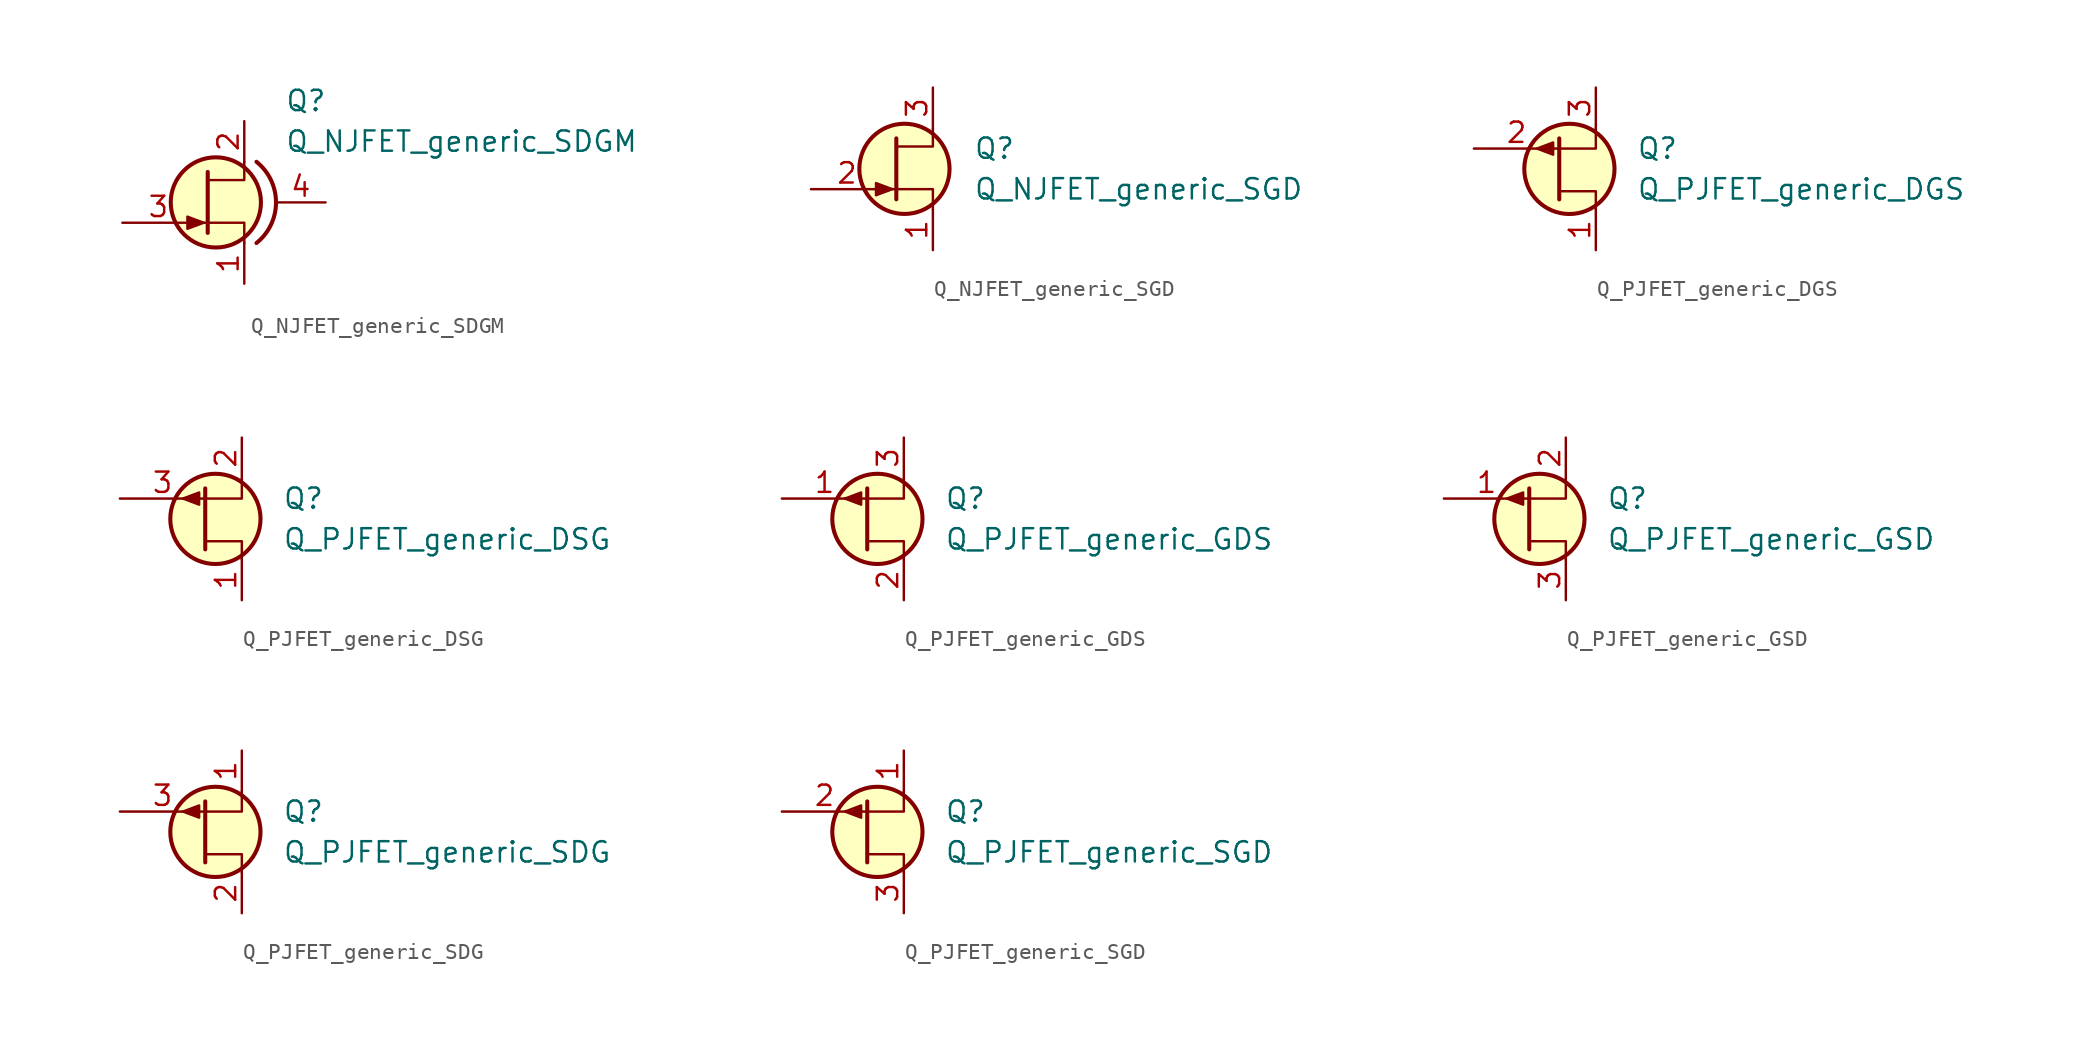
<source format=kicad_sym>
(kicad_symbol_lib
  (version 20231120)
  (generator "kicad_symbol_editor")
  (generator_version "8.0")
  (symbol "Q_NJFET_generic_SDGM"
    (pin_names hide)
    (property "Reference" "Q"
      (at 5.08 6.35 0)
      (effects (font (size 1.27 1.27)) (justify left)))
    (property "Value" "Q_NJFET_generic_SDGM"
      (at 5.08 3.81 0)
      (effects (font (size 1.27 1.27)) (justify left)))
    (symbol "Q_NJFET_generic_SDGM_0_1"
      (polyline (pts (xy 0 -1.27) (xy 0.254 -1.27)) (stroke (width 0) (type default)) (fill (type none)))
      (polyline (pts (xy 0.254 1.905) (xy 0.254 -1.905) (xy 0.254 -1.905)) (stroke (width 0.254) (type default)) (fill (type none)))
      (polyline (pts (xy 2.54 -2.54) (xy 2.54 -1.27) (xy 0.254 -1.27)) (stroke (width 0) (type default)) (fill (type none)))
      (polyline (pts (xy 2.54 2.54) (xy 2.54 1.397) (xy 0.254 1.397)) (stroke (width 0) (type default)) (fill (type none)))
      (polyline (pts (xy 0 -1.27) (xy -1.016 -0.889) (xy -1.016 -1.651) (xy 0 -1.27)) (stroke (width 0) (type default)) (fill (type outline)))
      (circle (center 0.762 0) (radius 2.819) (stroke (width 0.254) (type default)) (fill (type background)))
      (arc (start 3.302 -2.54) (mid 4.5228 0) (end 3.302 2.54) (stroke (width 0.254) (type default)) (fill (type none))))
    (symbol "Q_NJFET_generic_SDGM_1_1"
      (pin passive line (at 2.54 -5.08 90) (length 2.54) (name "S" (effects (font (size 1.27 1.27)))) (number "1" (effects (font (size 1.27 1.27)))))
      (pin passive line (at 2.54 5.08 270) (length 2.54) (name "D" (effects (font (size 1.27 1.27)))) (number "2" (effects (font (size 1.27 1.27)))))
      (pin input line (at -5.08 -1.27 0) (length 4.496) (name "G" (effects (font (size 1.27 1.27)))) (number "3" (effects (font (size 1.27 1.27)))))
      (pin passive line (at 7.62 0 180) (length 3.099) (name "M" (effects (font (size 1.27 1.27)))) (number "4" (effects (font (size 1.27 1.27)))))))
  (symbol "Q_NJFET_generic_SGD"
    (pin_names hide)
    (property "Reference" "Q"
      (at 5.08 1.27 0)
      (effects (font (size 1.27 1.27)) (justify left)))
    (property "Value" "Q_NJFET_generic_SGD"
      (at 5.08 -1.27 0)
      (effects (font (size 1.27 1.27)) (justify left)))
    (symbol "Q_NJFET_generic_SGD_0_1"
      (polyline (pts (xy 0 -1.27) (xy 0.254 -1.27)) (stroke (width 0) (type default)) (fill (type none)))
      (polyline (pts (xy 0.254 1.905) (xy 0.254 -1.905) (xy 0.254 -1.905)) (stroke (width 0.254) (type default)) (fill (type none)))
      (polyline (pts (xy 2.54 -2.54) (xy 2.54 -1.27) (xy 0.254 -1.27)) (stroke (width 0) (type default)) (fill (type none)))
      (polyline (pts (xy 2.54 2.54) (xy 2.54 1.397) (xy 0.254 1.397)) (stroke (width 0) (type default)) (fill (type none)))
      (polyline (pts (xy 0 -1.27) (xy -1.016 -0.889) (xy -1.016 -1.651) (xy 0 -1.27)) (stroke (width 0) (type default)) (fill (type outline)))
      (circle (center 0.762 0) (radius 2.819) (stroke (width 0.254) (type default)) (fill (type background))))
    (symbol "Q_NJFET_generic_SGD_1_1"
      (pin passive line (at 2.54 -5.08 90) (length 2.54) (name "S" (effects (font (size 1.27 1.27)))) (number "1" (effects (font (size 1.27 1.27)))))
      (pin input line (at -5.08 -1.27 0) (length 4.496) (name "G" (effects (font (size 1.27 1.27)))) (number "2" (effects (font (size 1.27 1.27)))))
      (pin passive line (at 2.54 5.08 270) (length 2.54) (name "D" (effects (font (size 1.27 1.27)))) (number "3" (effects (font (size 1.27 1.27)))))))
  (symbol "Q_PJFET_generic_DGS"
    (pin_names hide)
    (property "Reference" "Q"
      (at 3.81 1.27 0)
      (effects (font (size 1.27 1.27)) (justify left)))
    (property "Value" "Q_PJFET_generic_DGS"
      (at 3.81 -1.27 0)
      (effects (font (size 1.27 1.27)) (justify left)))
    (symbol "Q_PJFET_generic_DGS_0_1"
      (circle (center -0.381 0) (radius 2.819) (stroke (width 0.254) (type default)) (fill (type background)))
      (polyline (pts (xy -1.016 -1.905) (xy -1.016 1.905) (xy -1.016 1.905)) (stroke (width 0.254) (type default)) (fill (type none)))
      (polyline (pts (xy 1.27 -2.54) (xy 1.27 -1.397) (xy -1.016 -1.397)) (stroke (width 0) (type default)) (fill (type none)))
      (polyline (pts (xy 1.27 2.54) (xy 1.27 1.27) (xy -1.016 1.27)) (stroke (width 0) (type default)) (fill (type none)))
      (polyline (pts (xy -2.413 1.27) (xy -1.397 0.889) (xy -1.397 1.651) (xy -2.413 1.27)) (stroke (width 0) (type default)) (fill (type outline))))
    (symbol "Q_PJFET_generic_DGS_1_1"
      (pin passive line (at 1.27 -5.08 90) (length 2.54) (name "D" (effects (font (size 1.27 1.27)))) (number "1" (effects (font (size 1.27 1.27)))))
      (pin input line (at -6.35 1.27 0) (length 5.334) (name "G" (effects (font (size 1.27 1.27)))) (number "2" (effects (font (size 1.27 1.27)))))
      (pin passive line (at 1.27 5.08 270) (length 2.54) (name "S" (effects (font (size 1.27 1.27)))) (number "3" (effects (font (size 1.27 1.27)))))))
  (symbol "Q_PJFET_generic_DSG"
    (pin_names hide)
    (property "Reference" "Q"
      (at 3.81 1.27 0)
      (effects (font (size 1.27 1.27)) (justify left)))
    (property "Value" "Q_PJFET_generic_DSG"
      (at 3.81 -1.27 0)
      (effects (font (size 1.27 1.27)) (justify left)))
    (symbol "Q_PJFET_generic_DSG_0_1"
      (circle (center -0.381 0) (radius 2.819) (stroke (width 0.254) (type default)) (fill (type background)))
      (polyline (pts (xy -1.016 -1.905) (xy -1.016 1.905) (xy -1.016 1.905)) (stroke (width 0.254) (type default)) (fill (type none)))
      (polyline (pts (xy 1.27 -2.54) (xy 1.27 -1.397) (xy -1.016 -1.397)) (stroke (width 0) (type default)) (fill (type none)))
      (polyline (pts (xy 1.27 2.54) (xy 1.27 1.27) (xy -1.016 1.27)) (stroke (width 0) (type default)) (fill (type none)))
      (polyline (pts (xy -2.413 1.27) (xy -1.397 0.889) (xy -1.397 1.651) (xy -2.413 1.27)) (stroke (width 0) (type default)) (fill (type outline))))
    (symbol "Q_PJFET_generic_DSG_1_1"
      (pin passive line (at 1.27 -5.08 90) (length 2.54) (name "D" (effects (font (size 1.27 1.27)))) (number "1" (effects (font (size 1.27 1.27)))))
      (pin passive line (at 1.27 5.08 270) (length 2.54) (name "S" (effects (font (size 1.27 1.27)))) (number "2" (effects (font (size 1.27 1.27)))))
      (pin input line (at -6.35 1.27 0) (length 5.334) (name "G" (effects (font (size 1.27 1.27)))) (number "3" (effects (font (size 1.27 1.27)))))))
  (symbol "Q_PJFET_generic_GDS"
    (pin_names hide)
    (property "Reference" "Q"
      (at 3.81 1.27 0)
      (effects (font (size 1.27 1.27)) (justify left)))
    (property "Value" "Q_PJFET_generic_GDS"
      (at 3.81 -1.27 0)
      (effects (font (size 1.27 1.27)) (justify left)))
    (symbol "Q_PJFET_generic_GDS_0_1"
      (circle (center -0.381 0) (radius 2.819) (stroke (width 0.254) (type default)) (fill (type background)))
      (polyline (pts (xy -1.016 -1.905) (xy -1.016 1.905) (xy -1.016 1.905)) (stroke (width 0.254) (type default)) (fill (type none)))
      (polyline (pts (xy 1.27 -2.54) (xy 1.27 -1.397) (xy -1.016 -1.397)) (stroke (width 0) (type default)) (fill (type none)))
      (polyline (pts (xy 1.27 2.54) (xy 1.27 1.27) (xy -1.016 1.27)) (stroke (width 0) (type default)) (fill (type none)))
      (polyline (pts (xy -2.413 1.27) (xy -1.397 0.889) (xy -1.397 1.651) (xy -2.413 1.27)) (stroke (width 0) (type default)) (fill (type outline))))
    (symbol "Q_PJFET_generic_GDS_1_1"
      (pin input line (at -6.35 1.27 0) (length 5.334) (name "G" (effects (font (size 1.27 1.27)))) (number "1" (effects (font (size 1.27 1.27)))))
      (pin passive line (at 1.27 -5.08 90) (length 2.54) (name "D" (effects (font (size 1.27 1.27)))) (number "2" (effects (font (size 1.27 1.27)))))
      (pin passive line (at 1.27 5.08 270) (length 2.54) (name "S" (effects (font (size 1.27 1.27)))) (number "3" (effects (font (size 1.27 1.27)))))))
  (symbol "Q_PJFET_generic_GSD"
    (pin_names hide)
    (property "Reference" "Q"
      (at 3.81 1.27 0)
      (effects (font (size 1.27 1.27)) (justify left)))
    (property "Value" "Q_PJFET_generic_GSD"
      (at 3.81 -1.27 0)
      (effects (font (size 1.27 1.27)) (justify left)))
    (symbol "Q_PJFET_generic_GSD_0_1"
      (circle (center -0.381 0) (radius 2.819) (stroke (width 0.254) (type default)) (fill (type background)))
      (polyline (pts (xy -1.016 -1.905) (xy -1.016 1.905) (xy -1.016 1.905)) (stroke (width 0.254) (type default)) (fill (type none)))
      (polyline (pts (xy 1.27 -2.54) (xy 1.27 -1.397) (xy -1.016 -1.397)) (stroke (width 0) (type default)) (fill (type none)))
      (polyline (pts (xy 1.27 2.54) (xy 1.27 1.27) (xy -1.016 1.27)) (stroke (width 0) (type default)) (fill (type none)))
      (polyline (pts (xy -2.413 1.27) (xy -1.397 0.889) (xy -1.397 1.651) (xy -2.413 1.27)) (stroke (width 0) (type default)) (fill (type outline))))
    (symbol "Q_PJFET_generic_GSD_1_1"
      (pin input line (at -6.35 1.27 0) (length 5.334) (name "G" (effects (font (size 1.27 1.27)))) (number "1" (effects (font (size 1.27 1.27)))))
      (pin passive line (at 1.27 5.08 270) (length 2.54) (name "S" (effects (font (size 1.27 1.27)))) (number "2" (effects (font (size 1.27 1.27)))))
      (pin passive line (at 1.27 -5.08 90) (length 2.54) (name "D" (effects (font (size 1.27 1.27)))) (number "3" (effects (font (size 1.27 1.27)))))))
  (symbol "Q_PJFET_generic_SDG"
    (pin_names hide)
    (property "Reference" "Q"
      (at 3.81 1.27 0)
      (effects (font (size 1.27 1.27)) (justify left)))
    (property "Value" "Q_PJFET_generic_SDG"
      (at 3.81 -1.27 0)
      (effects (font (size 1.27 1.27)) (justify left)))
    (symbol "Q_PJFET_generic_SDG_0_1"
      (circle (center -0.381 0) (radius 2.819) (stroke (width 0.254) (type default)) (fill (type background)))
      (polyline (pts (xy -1.016 -1.905) (xy -1.016 1.905) (xy -1.016 1.905)) (stroke (width 0.254) (type default)) (fill (type none)))
      (polyline (pts (xy 1.27 -2.54) (xy 1.27 -1.397) (xy -1.016 -1.397)) (stroke (width 0) (type default)) (fill (type none)))
      (polyline (pts (xy 1.27 2.54) (xy 1.27 1.27) (xy -1.016 1.27)) (stroke (width 0) (type default)) (fill (type none)))
      (polyline (pts (xy -2.413 1.27) (xy -1.397 0.889) (xy -1.397 1.651) (xy -2.413 1.27)) (stroke (width 0) (type default)) (fill (type outline))))
    (symbol "Q_PJFET_generic_SDG_1_1"
      (pin passive line (at 1.27 5.08 270) (length 2.54) (name "S" (effects (font (size 1.27 1.27)))) (number "1" (effects (font (size 1.27 1.27)))))
      (pin passive line (at 1.27 -5.08 90) (length 2.54) (name "D" (effects (font (size 1.27 1.27)))) (number "2" (effects (font (size 1.27 1.27)))))
      (pin input line (at -6.35 1.27 0) (length 5.334) (name "G" (effects (font (size 1.27 1.27)))) (number "3" (effects (font (size 1.27 1.27)))))))
  (symbol "Q_PJFET_generic_SGD"
    (pin_names hide)
    (property "Reference" "Q"
      (at 3.81 1.27 0)
      (effects (font (size 1.27 1.27)) (justify left)))
    (property "Value" "Q_PJFET_generic_SGD"
      (at 3.81 -1.27 0)
      (effects (font (size 1.27 1.27)) (justify left)))
    (symbol "Q_PJFET_generic_SGD_0_1"
      (circle (center -0.381 0) (radius 2.819) (stroke (width 0.254) (type default)) (fill (type background)))
      (polyline (pts (xy -1.016 -1.905) (xy -1.016 1.905) (xy -1.016 1.905)) (stroke (width 0.254) (type default)) (fill (type none)))
      (polyline (pts (xy 1.27 -2.54) (xy 1.27 -1.397) (xy -1.016 -1.397)) (stroke (width 0) (type default)) (fill (type none)))
      (polyline (pts (xy 1.27 2.54) (xy 1.27 1.27) (xy -1.016 1.27)) (stroke (width 0) (type default)) (fill (type none)))
      (polyline (pts (xy -2.413 1.27) (xy -1.397 0.889) (xy -1.397 1.651) (xy -2.413 1.27)) (stroke (width 0) (type default)) (fill (type outline))))
    (symbol "Q_PJFET_generic_SGD_1_1"
      (pin passive line (at 1.27 5.08 270) (length 2.54) (name "S" (effects (font (size 1.27 1.27)))) (number "1" (effects (font (size 1.27 1.27)))))
      (pin input line (at -6.35 1.27 0) (length 5.334) (name "G" (effects (font (size 1.27 1.27)))) (number "2" (effects (font (size 1.27 1.27)))))
      (pin passive line (at 1.27 -5.08 90) (length 2.54) (name "D" (effects (font (size 1.27 1.27)))) (number "3" (effects (font (size 1.27 1.27))))))))
</source>
